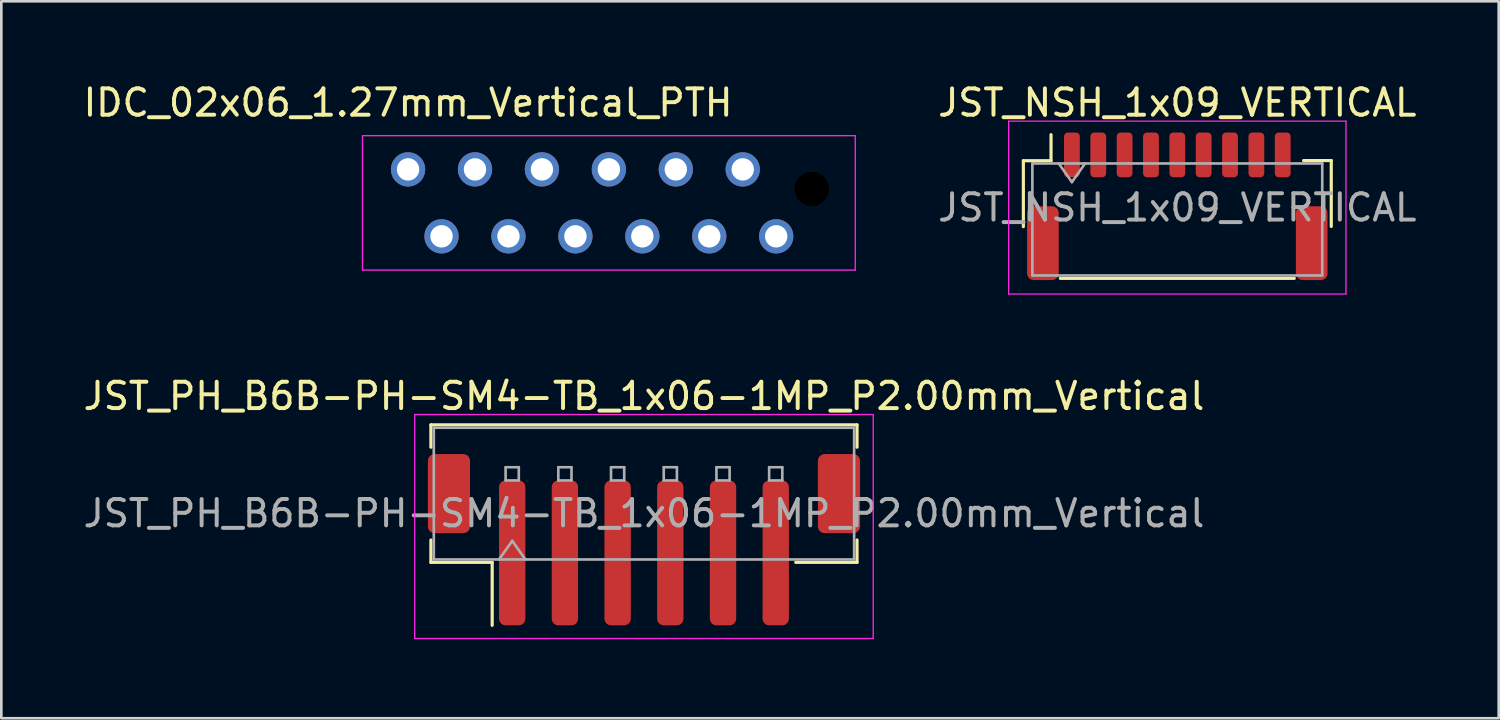
<source format=kicad_pcb>
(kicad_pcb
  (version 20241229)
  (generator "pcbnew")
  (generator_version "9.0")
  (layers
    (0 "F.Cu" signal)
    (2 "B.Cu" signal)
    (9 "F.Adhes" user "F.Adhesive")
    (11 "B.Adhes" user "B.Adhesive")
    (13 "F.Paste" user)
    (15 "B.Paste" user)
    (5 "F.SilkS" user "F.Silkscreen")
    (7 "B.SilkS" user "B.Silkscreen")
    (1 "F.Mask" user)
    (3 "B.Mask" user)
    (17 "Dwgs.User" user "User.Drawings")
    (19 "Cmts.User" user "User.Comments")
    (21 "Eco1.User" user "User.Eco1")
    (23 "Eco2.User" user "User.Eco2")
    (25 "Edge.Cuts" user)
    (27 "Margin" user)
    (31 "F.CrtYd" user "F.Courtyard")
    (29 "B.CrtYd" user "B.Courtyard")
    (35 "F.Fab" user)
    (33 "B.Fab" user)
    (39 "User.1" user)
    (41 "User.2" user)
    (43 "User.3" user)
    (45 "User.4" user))
  (footprint "JST_NSH_1x09_VERTICAL"
    (layer "F.Cu")
    (at 41.626 4.828)
    (property "Reference" "JST_NSH_1x09_VERTICAL" (at 0 -3.98 0) (layer "F.SilkS") (effects (font (size 1 1) (thickness 0.15))))
    (attr smd)
    (fp_line (start -5.842 -1.778) (end -4.792 -1.778) (stroke (width 0.12) (type solid)) (layer "F.SilkS"))
    (fp_line (start -5.842 0.722) (end -5.842 -1.778) (stroke (width 0.12) (type solid)) (layer "F.SilkS"))
    (fp_line (start -4.792 -1.778) (end -4.792 -2.768) (stroke (width 0.12) (type solid)) (layer "F.SilkS"))
    (fp_line (start -4.44 2.685) (end 4.44 2.685) (stroke (width 0.12) (type solid)) (layer "F.SilkS"))
    (fp_line (start 5.842 -1.785) (end 4.792 -1.785) (stroke (width 0.12) (type solid)) (layer "F.SilkS"))
    (fp_line (start 5.842 0.715) (end 5.842 -1.785) (stroke (width 0.12) (type solid)) (layer "F.SilkS"))
    (fp_line (start -6.4 -3.28) (end -6.4 3.28) (stroke (width 0.05) (type solid)) (layer "F.CrtYd"))
    (fp_line (start -6.4 3.28) (end 6.4 3.28) (stroke (width 0.05) (type solid)) (layer "F.CrtYd"))
    (fp_line (start 6.4 -3.28) (end -6.4 -3.28) (stroke (width 0.05) (type solid)) (layer "F.CrtYd"))
    (fp_line (start 6.4 3.28) (end 6.4 -3.28) (stroke (width 0.05) (type solid)) (layer "F.CrtYd"))
    (fp_line (start -5.5 -1.675) (end -5.5 2.575) (stroke (width 0.1) (type solid)) (layer "F.Fab"))
    (fp_line (start -5.5 -1.675) (end 5.5 -1.675) (stroke (width 0.1) (type solid)) (layer "F.Fab"))
    (fp_line (start -5.5 2.575) (end 5.5 2.575) (stroke (width 0.1) (type solid)) (layer "F.Fab"))
    (fp_line (start -4.5 -1.675) (end -4 -0.968) (stroke (width 0.1) (type solid)) (layer "F.Fab"))
    (fp_line (start -4 -0.968) (end -3.5 -1.675) (stroke (width 0.1) (type solid)) (layer "F.Fab"))
    (fp_line (start 5.5 -1.675) (end 5.5 2.575) (stroke (width 0.1) (type solid)) (layer "F.Fab"))
    (fp_text user "${REFERENCE}" (at 0 0 0) (layer "F.Fab") (effects (font (size 1 1) (thickness 0.15))))
    (pad "1" smd roundrect (at -4 -2) (size 0.6 1.7) (layers "F.Cu" "F.Mask" "F.Paste") (roundrect_rratio 0.25))
    (pad "2" smd roundrect (at -3 -2) (size 0.6 1.7) (layers "F.Cu" "F.Mask" "F.Paste") (roundrect_rratio 0.25))
    (pad "3" smd roundrect (at -2 -2) (size 0.6 1.7) (layers "F.Cu" "F.Mask" "F.Paste") (roundrect_rratio 0.25))
    (pad "4" smd roundrect (at -1 -2) (size 0.6 1.7) (layers "F.Cu" "F.Mask" "F.Paste") (roundrect_rratio 0.25))
    (pad "5" smd roundrect (at 0 -2) (size 0.6 1.7) (layers "F.Cu" "F.Mask" "F.Paste") (roundrect_rratio 0.25))
    (pad "6" smd roundrect (at 1 -2) (size 0.6 1.7) (layers "F.Cu" "F.Mask" "F.Paste") (roundrect_rratio 0.25))
    (pad "7" smd roundrect (at 2 -2) (size 0.6 1.7) (layers "F.Cu" "F.Mask" "F.Paste") (roundrect_rratio 0.25))
    (pad "8" smd roundrect (at 3 -2) (size 0.6 1.7) (layers "F.Cu" "F.Mask" "F.Paste") (roundrect_rratio 0.25))
    (pad "9" smd roundrect (at 4 -2) (size 0.6 1.7) (layers "F.Cu" "F.Mask" "F.Paste") (roundrect_rratio 0.25))
    (pad "MP" smd roundrect (at -5.1 1.35) (size 1.2 2.8) (layers "F.Cu" "F.Mask" "F.Paste") (roundrect_rratio 0.208))
    (pad "MP" smd roundrect (at 5.1 1.35) (size 1.2 2.8) (layers "F.Cu" "F.Mask" "F.Paste") (roundrect_rratio 0.208)))
  (footprint "JST_PH_B6B-PH-SM4-TB_1x06-1MP_P2.00mm_Vertical"
    (layer "F.Cu")
    (at 21.387 17.431)
    (property "Reference" "JST_PH_B6B-PH-SM4-TB_1x06-1MP_P2.00mm_Vertical" (at 0 -5.45 0) (layer "F.SilkS") (effects (font (size 1 1) (thickness 0.15))))
    (attr smd)
    (fp_line (start -8.085 -4.36) (end 8.085 -4.36) (stroke (width 0.12) (type solid)) (layer "F.SilkS"))
    (fp_line (start -8.085 -3.51) (end -8.085 -4.36) (stroke (width 0.12) (type solid)) (layer "F.SilkS"))
    (fp_line (start -8.085 0.01) (end -8.085 0.86) (stroke (width 0.12) (type solid)) (layer "F.SilkS"))
    (fp_line (start -8.085 0.86) (end -5.76 0.86) (stroke (width 0.12) (type solid)) (layer "F.SilkS"))
    (fp_line (start -5.76 0.86) (end -5.76 3.25) (stroke (width 0.12) (type solid)) (layer "F.SilkS"))
    (fp_line (start 8.085 -4.36) (end 8.085 -3.51) (stroke (width 0.12) (type solid)) (layer "F.SilkS"))
    (fp_line (start 8.085 0.01) (end 8.085 0.86) (stroke (width 0.12) (type solid)) (layer "F.SilkS"))
    (fp_line (start 8.085 0.86) (end 5.76 0.86) (stroke (width 0.12) (type solid)) (layer "F.SilkS"))
    (fp_line (start -8.7 -4.75) (end -8.7 3.75) (stroke (width 0.05) (type solid)) (layer "F.CrtYd"))
    (fp_line (start -8.7 3.75) (end 8.7 3.75) (stroke (width 0.05) (type solid)) (layer "F.CrtYd"))
    (fp_line (start 8.7 -4.75) (end -8.7 -4.75) (stroke (width 0.05) (type solid)) (layer "F.CrtYd"))
    (fp_line (start 8.7 3.75) (end 8.7 -4.75) (stroke (width 0.05) (type solid)) (layer "F.CrtYd"))
    (fp_line (start -7.975 -4.25) (end 7.975 -4.25) (stroke (width 0.1) (type solid)) (layer "F.Fab"))
    (fp_line (start -7.975 0.75) (end -7.975 -4.25) (stroke (width 0.1) (type solid)) (layer "F.Fab"))
    (fp_line (start -7.975 0.75) (end 7.975 0.75) (stroke (width 0.1) (type solid)) (layer "F.Fab"))
    (fp_line (start -5.5 0.75) (end -5 0.043) (stroke (width 0.1) (type solid)) (layer "F.Fab"))
    (fp_line (start -5.25 -2.75) (end -5.25 -2.25) (stroke (width 0.1) (type solid)) (layer "F.Fab"))
    (fp_line (start -5.25 -2.25) (end -4.75 -2.25) (stroke (width 0.1) (type solid)) (layer "F.Fab"))
    (fp_line (start -5 0.043) (end -4.5 0.75) (stroke (width 0.1) (type solid)) (layer "F.Fab"))
    (fp_line (start -4.75 -2.75) (end -5.25 -2.75) (stroke (width 0.1) (type solid)) (layer "F.Fab"))
    (fp_line (start -4.75 -2.25) (end -4.75 -2.75) (stroke (width 0.1) (type solid)) (layer "F.Fab"))
    (fp_line (start -3.25 -2.75) (end -3.25 -2.25) (stroke (width 0.1) (type solid)) (layer "F.Fab"))
    (fp_line (start -3.25 -2.25) (end -2.75 -2.25) (stroke (width 0.1) (type solid)) (layer "F.Fab"))
    (fp_line (start -2.75 -2.75) (end -3.25 -2.75) (stroke (width 0.1) (type solid)) (layer "F.Fab"))
    (fp_line (start -2.75 -2.25) (end -2.75 -2.75) (stroke (width 0.1) (type solid)) (layer "F.Fab"))
    (fp_line (start -1.25 -2.75) (end -1.25 -2.25) (stroke (width 0.1) (type solid)) (layer "F.Fab"))
    (fp_line (start -1.25 -2.25) (end -0.75 -2.25) (stroke (width 0.1) (type solid)) (layer "F.Fab"))
    (fp_line (start -0.75 -2.75) (end -1.25 -2.75) (stroke (width 0.1) (type solid)) (layer "F.Fab"))
    (fp_line (start -0.75 -2.25) (end -0.75 -2.75) (stroke (width 0.1) (type solid)) (layer "F.Fab"))
    (fp_line (start 0.75 -2.75) (end 0.75 -2.25) (stroke (width 0.1) (type solid)) (layer "F.Fab"))
    (fp_line (start 0.75 -2.25) (end 1.25 -2.25) (stroke (width 0.1) (type solid)) (layer "F.Fab"))
    (fp_line (start 1.25 -2.75) (end 0.75 -2.75) (stroke (width 0.1) (type solid)) (layer "F.Fab"))
    (fp_line (start 1.25 -2.25) (end 1.25 -2.75) (stroke (width 0.1) (type solid)) (layer "F.Fab"))
    (fp_line (start 2.75 -2.75) (end 2.75 -2.25) (stroke (width 0.1) (type solid)) (layer "F.Fab"))
    (fp_line (start 2.75 -2.25) (end 3.25 -2.25) (stroke (width 0.1) (type solid)) (layer "F.Fab"))
    (fp_line (start 3.25 -2.75) (end 2.75 -2.75) (stroke (width 0.1) (type solid)) (layer "F.Fab"))
    (fp_line (start 3.25 -2.25) (end 3.25 -2.75) (stroke (width 0.1) (type solid)) (layer "F.Fab"))
    (fp_line (start 4.75 -2.75) (end 4.75 -2.25) (stroke (width 0.1) (type solid)) (layer "F.Fab"))
    (fp_line (start 4.75 -2.25) (end 5.25 -2.25) (stroke (width 0.1) (type solid)) (layer "F.Fab"))
    (fp_line (start 5.25 -2.75) (end 4.75 -2.75) (stroke (width 0.1) (type solid)) (layer "F.Fab"))
    (fp_line (start 5.25 -2.25) (end 5.25 -2.75) (stroke (width 0.1) (type solid)) (layer "F.Fab"))
    (fp_line (start 7.975 0.75) (end 7.975 -4.25) (stroke (width 0.1) (type solid)) (layer "F.Fab"))
    (fp_text user "${REFERENCE}" (at 0 -1 0) (layer "F.Fab") (effects (font (size 1 1) (thickness 0.15))))
    (pad "1" smd roundrect (at -5 0.5) (size 1 5.5) (layers "F.Cu" "F.Mask" "F.Paste") (roundrect_rratio 0.25))
    (pad "2" smd roundrect (at -3 0.5) (size 1 5.5) (layers "F.Cu" "F.Mask" "F.Paste") (roundrect_rratio 0.25))
    (pad "3" smd roundrect (at -1 0.5) (size 1 5.5) (layers "F.Cu" "F.Mask" "F.Paste") (roundrect_rratio 0.25))
    (pad "4" smd roundrect (at 1 0.5) (size 1 5.5) (layers "F.Cu" "F.Mask" "F.Paste") (roundrect_rratio 0.25))
    (pad "5" smd roundrect (at 3 0.5) (size 1 5.5) (layers "F.Cu" "F.Mask" "F.Paste") (roundrect_rratio 0.25))
    (pad "6" smd roundrect (at 5 0.5) (size 1 5.5) (layers "F.Cu" "F.Mask" "F.Paste") (roundrect_rratio 0.25))
    (pad "MP" smd roundrect (at -7.4 -1.75) (size 1.6 3) (layers "F.Cu" "F.Mask" "F.Paste") (roundrect_rratio 0.156))
    (pad "MP" smd roundrect (at 7.4 -1.75) (size 1.6 3) (layers "F.Cu" "F.Mask" "F.Paste") (roundrect_rratio 0.156)))
  (footprint "IDC_02x06_1.27mm_Vertical_PTH"
    (layer "F.Cu")
    (at 20.055 4.658)
    (property "Reference" "IDC_02x06_1.27mm_Vertical_PTH" (at -7.62 -3.81 0) (layer "F.SilkS") (effects (font (size 1 1) (thickness 0.15))))
    (attr through_hole)
    (fp_line (start -9.35 -2.56) (end 9.35 -2.56) (stroke (width 0.05) (type solid)) (layer "F.CrtYd"))
    (fp_line (start -9.35 2.54) (end -9.35 -2.56) (stroke (width 0.05) (type solid)) (layer "F.CrtYd"))
    (fp_line (start 9.35 2.54) (end -9.35 2.54) (stroke (width 0.05) (type solid)) (layer "F.CrtYd"))
    (fp_line (start 9.35 2.54) (end 9.35 -2.56) (stroke (width 0.05) (type solid)) (layer "F.CrtYd"))
    (pad "" np_thru_hole circle (at 7.7 -0.54 90) (size 1.3 1.3) (drill 2) (layers "*.Mask"))
    (pad "1" thru_hole oval (at 6.35 1.26 90) (size 1.3 1.3) (drill 0.85) (layers "*.Cu" "*.Mask"))
    (pad "2" thru_hole oval (at 5.08 -1.28 90) (size 1.3 1.3) (drill 0.85) (layers "*.Cu" "*.Mask"))
    (pad "3" thru_hole oval (at 3.81 1.26 90) (size 1.3 1.3) (drill 0.85) (layers "*.Cu" "*.Mask"))
    (pad "4" thru_hole oval (at 2.54 -1.28 90) (size 1.3 1.3) (drill 0.85) (layers "*.Cu" "*.Mask"))
    (pad "5" thru_hole oval (at 1.27 1.26 90) (size 1.3 1.3) (drill 0.85) (layers "*.Cu" "*.Mask"))
    (pad "6" thru_hole oval (at 0 -1.28 90) (size 1.3 1.3) (drill 0.85) (layers "*.Cu" "*.Mask"))
    (pad "7" thru_hole oval (at -1.27 1.26 90) (size 1.3 1.3) (drill 0.85) (layers "*.Cu" "*.Mask"))
    (pad "8" thru_hole oval (at -2.54 -1.28 90) (size 1.3 1.3) (drill 0.85) (layers "*.Cu" "*.Mask"))
    (pad "9" thru_hole oval (at -3.81 1.26 90) (size 1.3 1.3) (drill 0.85) (layers "*.Cu" "*.Mask"))
    (pad "10" thru_hole oval (at -5.08 -1.28 90) (size 1.3 1.3) (drill 0.85) (layers "*.Cu" "*.Mask"))
    (pad "11" thru_hole oval (at -6.35 1.26 90) (size 1.3 1.3) (drill 0.85) (layers "*.Cu" "*.Mask"))
    (pad "12" thru_hole oval (at -7.62 -1.28 90) (size 1.3 1.3) (drill 0.85) (layers "*.Cu" "*.Mask")))
  (gr_rect
    (start -3 -3)
    (end 53.822 24.206)
    (stroke (width 0.1) (type default))
    (fill no)
    (layer "Edge.Cuts")))
</source>
